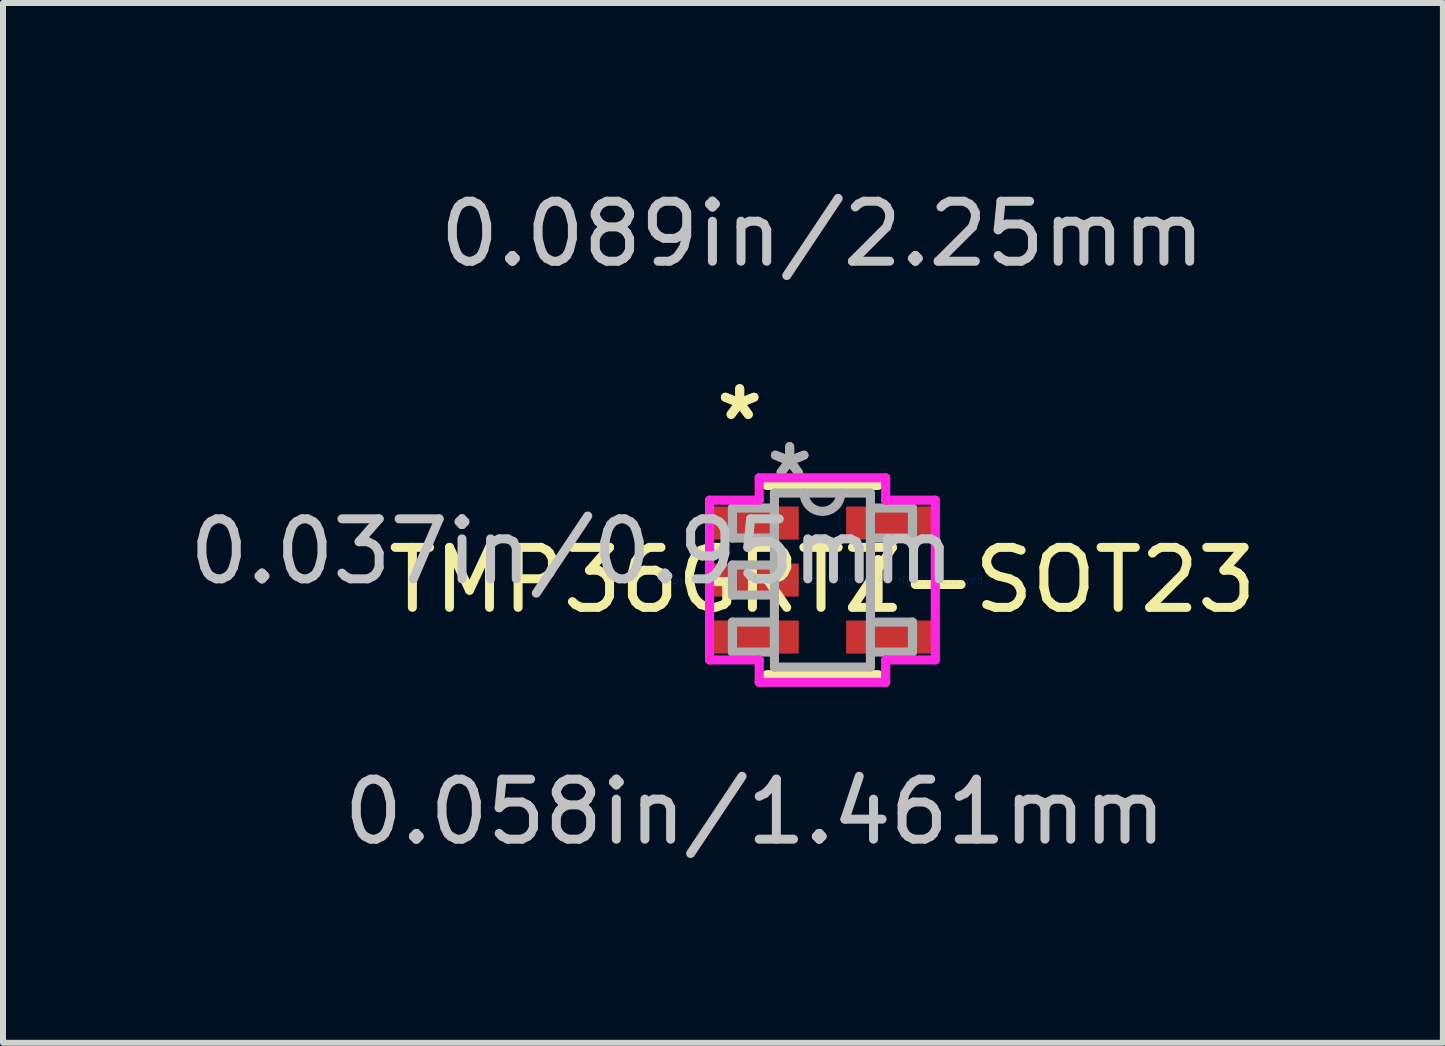
<source format=kicad_pcb>
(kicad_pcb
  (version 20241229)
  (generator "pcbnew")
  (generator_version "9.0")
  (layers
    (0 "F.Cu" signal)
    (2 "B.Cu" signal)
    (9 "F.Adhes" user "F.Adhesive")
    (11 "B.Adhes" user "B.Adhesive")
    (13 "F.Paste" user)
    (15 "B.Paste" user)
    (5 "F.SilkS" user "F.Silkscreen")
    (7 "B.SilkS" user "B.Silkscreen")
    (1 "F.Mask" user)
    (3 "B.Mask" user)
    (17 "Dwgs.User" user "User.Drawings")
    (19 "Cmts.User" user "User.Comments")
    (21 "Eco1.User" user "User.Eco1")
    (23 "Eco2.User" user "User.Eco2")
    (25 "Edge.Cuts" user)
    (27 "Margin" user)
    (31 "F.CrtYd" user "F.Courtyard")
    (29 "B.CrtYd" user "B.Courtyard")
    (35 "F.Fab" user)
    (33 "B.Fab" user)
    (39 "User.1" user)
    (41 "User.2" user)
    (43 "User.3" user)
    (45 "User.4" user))
  (footprint "TMP36GRTZ-SOT23"
    (layer "F.Cu")
    (at 10.655 6.616)
    (property "Reference" "TMP36GRTZ-SOT23" (at 0 0 0) (layer "F.SilkS") (effects (font (size 1 1) (thickness 0.15))))
    (attr through_hole)
    (fp_line (start -0.927 1.577) (end 0.927 1.577) (stroke (width 0.152) (type solid)) (layer "F.SilkS"))
    (fp_line (start 0.927 -1.577) (end -0.927 -1.577) (stroke (width 0.152) (type solid)) (layer "F.SilkS"))
    (fp_line (start 0.927 0.342) (end 0.927 -0.342) (stroke (width 0.152) (type solid)) (layer "F.SilkS"))
    (fp_line (start -1.881 -1.331) (end -1.054 -1.331) (stroke (width 0.152) (type solid)) (layer "F.CrtYd"))
    (fp_line (start -1.881 1.331) (end -1.881 -1.331) (stroke (width 0.152) (type solid)) (layer "F.CrtYd"))
    (fp_line (start -1.054 -1.704) (end 1.054 -1.704) (stroke (width 0.152) (type solid)) (layer "F.CrtYd"))
    (fp_line (start -1.054 -1.331) (end -1.054 -1.704) (stroke (width 0.152) (type solid)) (layer "F.CrtYd"))
    (fp_line (start -1.054 1.331) (end -1.881 1.331) (stroke (width 0.152) (type solid)) (layer "F.CrtYd"))
    (fp_line (start -1.054 1.704) (end -1.054 1.331) (stroke (width 0.152) (type solid)) (layer "F.CrtYd"))
    (fp_line (start 1.054 -1.704) (end 1.054 -1.331) (stroke (width 0.152) (type solid)) (layer "F.CrtYd"))
    (fp_line (start 1.054 -1.331) (end 1.881 -1.331) (stroke (width 0.152) (type solid)) (layer "F.CrtYd"))
    (fp_line (start 1.054 1.331) (end 1.054 1.704) (stroke (width 0.152) (type solid)) (layer "F.CrtYd"))
    (fp_line (start 1.054 1.704) (end -1.054 1.704) (stroke (width 0.152) (type solid)) (layer "F.CrtYd"))
    (fp_line (start 1.881 -1.331) (end 1.881 1.331) (stroke (width 0.152) (type solid)) (layer "F.CrtYd"))
    (fp_line (start 1.881 1.331) (end 1.054 1.331) (stroke (width 0.152) (type solid)) (layer "F.CrtYd"))
    (fp_line (start -1.5 -1.2) (end -1.5 -0.7) (stroke (width 0.152) (type solid)) (layer "F.Fab"))
    (fp_line (start -1.5 -0.7) (end -0.8 -0.7) (stroke (width 0.152) (type solid)) (layer "F.Fab"))
    (fp_line (start -1.5 -0.25) (end -1.5 0.25) (stroke (width 0.152) (type solid)) (layer "F.Fab"))
    (fp_line (start -1.5 0.25) (end -0.8 0.25) (stroke (width 0.152) (type solid)) (layer "F.Fab"))
    (fp_line (start -1.5 0.7) (end -1.5 1.2) (stroke (width 0.152) (type solid)) (layer "F.Fab"))
    (fp_line (start -1.5 1.2) (end -0.8 1.2) (stroke (width 0.152) (type solid)) (layer "F.Fab"))
    (fp_line (start -0.8 -1.45) (end -0.8 1.45) (stroke (width 0.152) (type solid)) (layer "F.Fab"))
    (fp_line (start -0.8 -1.2) (end -1.5 -1.2) (stroke (width 0.152) (type solid)) (layer "F.Fab"))
    (fp_line (start -0.8 -0.7) (end -0.8 -1.2) (stroke (width 0.152) (type solid)) (layer "F.Fab"))
    (fp_line (start -0.8 -0.25) (end -1.5 -0.25) (stroke (width 0.152) (type solid)) (layer "F.Fab"))
    (fp_line (start -0.8 0.25) (end -0.8 -0.25) (stroke (width 0.152) (type solid)) (layer "F.Fab"))
    (fp_line (start -0.8 0.7) (end -1.5 0.7) (stroke (width 0.152) (type solid)) (layer "F.Fab"))
    (fp_line (start -0.8 1.2) (end -0.8 0.7) (stroke (width 0.152) (type solid)) (layer "F.Fab"))
    (fp_line (start -0.8 1.45) (end 0.8 1.45) (stroke (width 0.152) (type solid)) (layer "F.Fab"))
    (fp_line (start 0.8 -1.45) (end -0.8 -1.45) (stroke (width 0.152) (type solid)) (layer "F.Fab"))
    (fp_line (start 0.8 -1.2) (end 0.8 -0.7) (stroke (width 0.152) (type solid)) (layer "F.Fab"))
    (fp_line (start 0.8 -0.7) (end 1.5 -0.7) (stroke (width 0.152) (type solid)) (layer "F.Fab"))
    (fp_line (start 0.8 0.7) (end 0.8 1.2) (stroke (width 0.152) (type solid)) (layer "F.Fab"))
    (fp_line (start 0.8 1.2) (end 1.5 1.2) (stroke (width 0.152) (type solid)) (layer "F.Fab"))
    (fp_line (start 0.8 1.45) (end 0.8 -1.45) (stroke (width 0.152) (type solid)) (layer "F.Fab"))
    (fp_line (start 1.5 -1.2) (end 0.8 -1.2) (stroke (width 0.152) (type solid)) (layer "F.Fab"))
    (fp_line (start 1.5 -0.7) (end 1.5 -1.2) (stroke (width 0.152) (type solid)) (layer "F.Fab"))
    (fp_line (start 1.5 0.7) (end 0.8 0.7) (stroke (width 0.152) (type solid)) (layer "F.Fab"))
    (fp_line (start 1.5 1.2) (end 1.5 0.7) (stroke (width 0.152) (type solid)) (layer "F.Fab"))
    (fp_arc (start 0.3048 -1.45) (mid 0 -1.1452) (end -0.3048 -1.45) (stroke (width 0.1524) (type solid)) (layer "F.Fab"))
    (fp_text user "*" (at -1.379 -2.644 0) (layer "F.SilkS") (effects (font (size 1 1) (thickness 0.15))))
    (fp_text user "*" (at -1.379 -2.644 0) (layer "F.SilkS") (effects (font (size 1 1) (thickness 0.15))))
    (fp_text user "0.058in/1.461mm" (at -1.125 3.863 0) (layer "Dwgs.User") (effects (font (size 1 1) (thickness 0.15))))
    (fp_text user "0.037in/0.95mm" (at -4.173 -0.475 0) (layer "Dwgs.User") (effects (font (size 1 1) (thickness 0.15))))
    (fp_text user "0.089in/2.25mm" (at 0 -5.768 0) (layer "Dwgs.User") (effects (font (size 1 1) (thickness 0.15))))
    (fp_text user "Copyright 2016 Accelerated Designs. All rights reserved." (at 0 0 0) (layer "Cmts.User") (effects (font (size 0.127 0.127) (thickness 0.002))))
    (fp_text user "*" (at -0.546 -1.679 0) (layer "F.Fab") (effects (font (size 1 1) (thickness 0.15))))
    (fp_text user "*" (at -0.546 -1.679 0) (layer "F.Fab") (effects (font (size 1 1) (thickness 0.15))))
    (pad "1" smd rect (at -1.125 -0.95) (size 1.461 0.551) (layers "F.Cu" "F.Mask" "F.Paste"))
    (pad "2" smd rect (at -1.125 0) (size 1.461 0.551) (layers "F.Cu" "F.Mask" "F.Paste"))
    (pad "3" smd rect (at -1.125 0.95) (size 1.461 0.551) (layers "F.Cu" "F.Mask" "F.Paste"))
    (pad "4" smd rect (at 1.125 0.95) (size 1.461 0.551) (layers "F.Cu" "F.Mask" "F.Paste"))
    (pad "5" smd rect (at 1.125 -0.95) (size 1.461 0.551) (layers "F.Cu" "F.Mask" "F.Paste")))
  (gr_rect
    (start -3 -3)
    (end 20.994 14.327)
    (stroke (width 0.1) (type default))
    (fill no)
    (layer "Edge.Cuts")))
</source>
